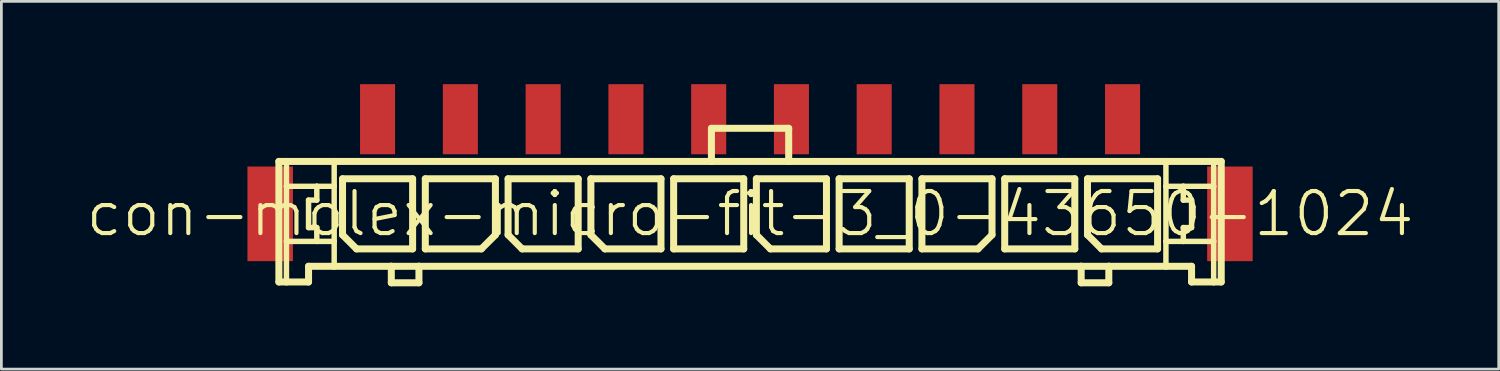
<source format=kicad_pcb>
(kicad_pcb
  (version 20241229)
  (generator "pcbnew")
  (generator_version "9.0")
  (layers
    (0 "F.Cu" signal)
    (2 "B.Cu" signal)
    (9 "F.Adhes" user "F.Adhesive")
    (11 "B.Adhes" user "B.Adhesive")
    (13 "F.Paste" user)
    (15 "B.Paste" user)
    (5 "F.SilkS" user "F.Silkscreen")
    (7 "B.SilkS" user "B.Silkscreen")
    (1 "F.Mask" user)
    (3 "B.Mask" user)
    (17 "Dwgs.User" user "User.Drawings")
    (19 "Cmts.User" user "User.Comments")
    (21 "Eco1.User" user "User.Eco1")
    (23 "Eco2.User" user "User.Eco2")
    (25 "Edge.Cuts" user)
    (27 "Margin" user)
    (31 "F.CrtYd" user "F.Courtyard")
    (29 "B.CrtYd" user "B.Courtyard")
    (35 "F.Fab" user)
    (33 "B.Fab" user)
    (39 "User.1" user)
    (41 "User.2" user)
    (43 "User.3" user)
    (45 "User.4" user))
  (footprint "con-molex-micro-fit-3_0-43650-1024"
    (layer "F.Cu")
    (at 24.13 4.699)
    (property "Reference" "con-molex-micro-fit-3_0-43650-1024" (at 0 0 0) (layer "F.SilkS") (effects (font (size 1.524 1.524) (thickness 0.15))))
    (attr smd)
    (fp_line (start -17.074 -1.9) (end -16.8 -1.9) (stroke (width 0.254) (type solid)) (layer "F.SilkS"))
    (fp_line (start -17.074 2.469) (end -17.074 -1.9) (stroke (width 0.254) (type solid)) (layer "F.SilkS"))
    (fp_line (start -16.8 -1.9) (end -15.07 -1.9) (stroke (width 0.254) (type solid)) (layer "F.SilkS"))
    (fp_line (start -16.8 -0.998) (end -16.8 -1.9) (stroke (width 0.198) (type solid)) (layer "F.SilkS"))
    (fp_line (start -16.8 0.998) (end -16.8 -0.998) (stroke (width 0.198) (type solid)) (layer "F.SilkS"))
    (fp_line (start -16.8 2.469) (end -17.074 2.469) (stroke (width 0.254) (type solid)) (layer "F.SilkS"))
    (fp_line (start -16.8 2.469) (end -16.8 0.998) (stroke (width 0.198) (type solid)) (layer "F.SilkS"))
    (fp_line (start -15.999 -0.498) (end -15.999 0.498) (stroke (width 0.198) (type solid)) (layer "F.SilkS"))
    (fp_line (start -15.999 0.498) (end -15.7 0.498) (stroke (width 0.198) (type solid)) (layer "F.SilkS"))
    (fp_line (start -15.999 1.9) (end -15.999 2.469) (stroke (width 0.254) (type solid)) (layer "F.SilkS"))
    (fp_line (start -15.999 2.469) (end -16.8 2.469) (stroke (width 0.254) (type solid)) (layer "F.SilkS"))
    (fp_line (start -15.7 -0.998) (end -16.8 -0.998) (stroke (width 0.198) (type solid)) (layer "F.SilkS"))
    (fp_line (start -15.7 -0.998) (end -15.7 -0.498) (stroke (width 0.198) (type solid)) (layer "F.SilkS"))
    (fp_line (start -15.7 -0.498) (end -15.999 -0.498) (stroke (width 0.198) (type solid)) (layer "F.SilkS"))
    (fp_line (start -15.7 0.498) (end -15.7 0.998) (stroke (width 0.198) (type solid)) (layer "F.SilkS"))
    (fp_line (start -15.7 0.998) (end -16.8 0.998) (stroke (width 0.198) (type solid)) (layer "F.SilkS"))
    (fp_line (start -15.07 -1.9) (end -1.4 -1.9) (stroke (width 0.254) (type solid)) (layer "F.SilkS"))
    (fp_line (start -15.07 -0.998) (end -15.7 -0.998) (stroke (width 0.198) (type solid)) (layer "F.SilkS"))
    (fp_line (start -15.07 -0.998) (end -15.07 -1.9) (stroke (width 0.198) (type solid)) (layer "F.SilkS"))
    (fp_line (start -15.07 0.998) (end -15.7 0.998) (stroke (width 0.198) (type solid)) (layer "F.SilkS"))
    (fp_line (start -15.07 0.998) (end -15.07 -0.998) (stroke (width 0.198) (type solid)) (layer "F.SilkS"))
    (fp_line (start -15.07 1.9) (end -15.999 1.9) (stroke (width 0.254) (type solid)) (layer "F.SilkS"))
    (fp_line (start -15.07 1.9) (end -15.07 0.998) (stroke (width 0.198) (type solid)) (layer "F.SilkS"))
    (fp_line (start -14.768 -1.27) (end -12.228 -1.27) (stroke (width 0.254) (type solid)) (layer "F.SilkS"))
    (fp_line (start -14.768 0.762) (end -14.768 -1.27) (stroke (width 0.254) (type solid)) (layer "F.SilkS"))
    (fp_line (start -14.26 1.27) (end -14.768 0.762) (stroke (width 0.254) (type solid)) (layer "F.SilkS"))
    (fp_line (start -13 1.9) (end -15.07 1.9) (stroke (width 0.254) (type solid)) (layer "F.SilkS"))
    (fp_line (start -13 1.9) (end -13 2.499) (stroke (width 0.254) (type solid)) (layer "F.SilkS"))
    (fp_line (start -13 2.499) (end -11.999 2.499) (stroke (width 0.254) (type solid)) (layer "F.SilkS"))
    (fp_line (start -12.228 -1.27) (end -12.228 1.27) (stroke (width 0.254) (type solid)) (layer "F.SilkS"))
    (fp_line (start -12.228 1.27) (end -14.26 1.27) (stroke (width 0.254) (type solid)) (layer "F.SilkS"))
    (fp_line (start -11.999 1.9) (end -13 1.9) (stroke (width 0.254) (type solid)) (layer "F.SilkS"))
    (fp_line (start -11.999 2.499) (end -11.999 1.9) (stroke (width 0.254) (type solid)) (layer "F.SilkS"))
    (fp_line (start -11.768 -1.27) (end -11.768 1.27) (stroke (width 0.254) (type solid)) (layer "F.SilkS"))
    (fp_line (start -11.768 1.27) (end -9.736 1.27) (stroke (width 0.254) (type solid)) (layer "F.SilkS"))
    (fp_line (start -9.736 1.27) (end -9.228 0.762) (stroke (width 0.254) (type solid)) (layer "F.SilkS"))
    (fp_line (start -9.228 -1.27) (end -11.768 -1.27) (stroke (width 0.254) (type solid)) (layer "F.SilkS"))
    (fp_line (start -9.228 0.762) (end -9.228 -1.27) (stroke (width 0.254) (type solid)) (layer "F.SilkS"))
    (fp_line (start -8.768 -1.27) (end -6.228 -1.27) (stroke (width 0.254) (type solid)) (layer "F.SilkS"))
    (fp_line (start -8.768 0.762) (end -8.768 -1.27) (stroke (width 0.254) (type solid)) (layer "F.SilkS"))
    (fp_line (start -8.26 1.27) (end -8.768 0.762) (stroke (width 0.254) (type solid)) (layer "F.SilkS"))
    (fp_line (start -6.228 -1.27) (end -6.228 1.27) (stroke (width 0.254) (type solid)) (layer "F.SilkS"))
    (fp_line (start -6.228 1.27) (end -8.26 1.27) (stroke (width 0.254) (type solid)) (layer "F.SilkS"))
    (fp_line (start -5.768 -1.27) (end -3.228 -1.27) (stroke (width 0.254) (type solid)) (layer "F.SilkS"))
    (fp_line (start -5.768 0.762) (end -5.768 -1.27) (stroke (width 0.254) (type solid)) (layer "F.SilkS"))
    (fp_line (start -5.26 1.27) (end -5.768 0.762) (stroke (width 0.254) (type solid)) (layer "F.SilkS"))
    (fp_line (start -3.228 -1.27) (end -3.228 1.27) (stroke (width 0.254) (type solid)) (layer "F.SilkS"))
    (fp_line (start -3.228 1.27) (end -5.26 1.27) (stroke (width 0.254) (type solid)) (layer "F.SilkS"))
    (fp_line (start -2.769 -1.27) (end -0.229 -1.27) (stroke (width 0.254) (type solid)) (layer "F.SilkS"))
    (fp_line (start -2.769 1.27) (end -2.769 -1.27) (stroke (width 0.254) (type solid)) (layer "F.SilkS"))
    (fp_line (start -1.4 -3.099) (end -1.4 -1.9) (stroke (width 0.254) (type solid)) (layer "F.SilkS"))
    (fp_line (start -1.4 -3.099) (end 1.4 -3.099) (stroke (width 0.254) (type solid)) (layer "F.SilkS"))
    (fp_line (start -1.4 -1.9) (end 1.4 -1.9) (stroke (width 0.254) (type solid)) (layer "F.SilkS"))
    (fp_line (start -0.229 -1.27) (end -0.229 1.27) (stroke (width 0.254) (type solid)) (layer "F.SilkS"))
    (fp_line (start -0.229 1.27) (end -2.769 1.27) (stroke (width 0.254) (type solid)) (layer "F.SilkS"))
    (fp_line (start 0.229 -1.27) (end 2.769 -1.27) (stroke (width 0.254) (type solid)) (layer "F.SilkS"))
    (fp_line (start 0.229 0.762) (end 0.229 -1.27) (stroke (width 0.254) (type solid)) (layer "F.SilkS"))
    (fp_line (start 0.737 1.27) (end 0.229 0.762) (stroke (width 0.254) (type solid)) (layer "F.SilkS"))
    (fp_line (start 1.4 -3.099) (end 1.4 -1.9) (stroke (width 0.254) (type solid)) (layer "F.SilkS"))
    (fp_line (start 1.4 -1.9) (end 15.07 -1.9) (stroke (width 0.254) (type solid)) (layer "F.SilkS"))
    (fp_line (start 2.769 -1.27) (end 2.769 1.27) (stroke (width 0.254) (type solid)) (layer "F.SilkS"))
    (fp_line (start 2.769 1.27) (end 0.737 1.27) (stroke (width 0.254) (type solid)) (layer "F.SilkS"))
    (fp_line (start 3.228 -1.27) (end 5.768 -1.27) (stroke (width 0.254) (type solid)) (layer "F.SilkS"))
    (fp_line (start 3.228 1.27) (end 3.228 -1.27) (stroke (width 0.254) (type solid)) (layer "F.SilkS"))
    (fp_line (start 5.768 -1.27) (end 5.768 1.27) (stroke (width 0.254) (type solid)) (layer "F.SilkS"))
    (fp_line (start 5.768 1.27) (end 3.228 1.27) (stroke (width 0.254) (type solid)) (layer "F.SilkS"))
    (fp_line (start 6.228 -1.27) (end 6.228 1.27) (stroke (width 0.254) (type solid)) (layer "F.SilkS"))
    (fp_line (start 6.228 1.27) (end 8.26 1.27) (stroke (width 0.254) (type solid)) (layer "F.SilkS"))
    (fp_line (start 8.26 1.27) (end 8.768 0.762) (stroke (width 0.254) (type solid)) (layer "F.SilkS"))
    (fp_line (start 8.768 -1.27) (end 6.228 -1.27) (stroke (width 0.254) (type solid)) (layer "F.SilkS"))
    (fp_line (start 8.768 0.762) (end 8.768 -1.27) (stroke (width 0.254) (type solid)) (layer "F.SilkS"))
    (fp_line (start 9.228 -1.27) (end 11.768 -1.27) (stroke (width 0.254) (type solid)) (layer "F.SilkS"))
    (fp_line (start 9.228 1.27) (end 9.228 -1.27) (stroke (width 0.254) (type solid)) (layer "F.SilkS"))
    (fp_line (start 11.768 -1.27) (end 11.768 1.27) (stroke (width 0.254) (type solid)) (layer "F.SilkS"))
    (fp_line (start 11.768 1.27) (end 9.228 1.27) (stroke (width 0.254) (type solid)) (layer "F.SilkS"))
    (fp_line (start 11.999 1.9) (end -11.999 1.9) (stroke (width 0.254) (type solid)) (layer "F.SilkS"))
    (fp_line (start 11.999 1.9) (end 11.999 2.499) (stroke (width 0.254) (type solid)) (layer "F.SilkS"))
    (fp_line (start 11.999 2.499) (end 13 2.499) (stroke (width 0.254) (type solid)) (layer "F.SilkS"))
    (fp_line (start 12.228 -1.27) (end 14.768 -1.27) (stroke (width 0.254) (type solid)) (layer "F.SilkS"))
    (fp_line (start 12.228 0.762) (end 12.228 -1.27) (stroke (width 0.254) (type solid)) (layer "F.SilkS"))
    (fp_line (start 12.736 1.27) (end 12.228 0.762) (stroke (width 0.254) (type solid)) (layer "F.SilkS"))
    (fp_line (start 13 1.9) (end 11.999 1.9) (stroke (width 0.254) (type solid)) (layer "F.SilkS"))
    (fp_line (start 13 2.499) (end 13 1.9) (stroke (width 0.254) (type solid)) (layer "F.SilkS"))
    (fp_line (start 14.768 -1.27) (end 14.768 1.27) (stroke (width 0.254) (type solid)) (layer "F.SilkS"))
    (fp_line (start 14.768 1.27) (end 12.736 1.27) (stroke (width 0.254) (type solid)) (layer "F.SilkS"))
    (fp_line (start 15.07 -1.9) (end 15.07 -0.998) (stroke (width 0.198) (type solid)) (layer "F.SilkS"))
    (fp_line (start 15.07 -1.9) (end 16.8 -1.9) (stroke (width 0.254) (type solid)) (layer "F.SilkS"))
    (fp_line (start 15.07 -0.998) (end 15.07 0.998) (stroke (width 0.198) (type solid)) (layer "F.SilkS"))
    (fp_line (start 15.07 -0.998) (end 15.7 -0.998) (stroke (width 0.198) (type solid)) (layer "F.SilkS"))
    (fp_line (start 15.07 0.998) (end 15.07 1.9) (stroke (width 0.198) (type solid)) (layer "F.SilkS"))
    (fp_line (start 15.07 0.998) (end 15.7 0.998) (stroke (width 0.198) (type solid)) (layer "F.SilkS"))
    (fp_line (start 15.07 1.9) (end 13 1.9) (stroke (width 0.254) (type solid)) (layer "F.SilkS"))
    (fp_line (start 15.7 -0.998) (end 15.7 -0.498) (stroke (width 0.198) (type solid)) (layer "F.SilkS"))
    (fp_line (start 15.7 -0.998) (end 16.8 -0.998) (stroke (width 0.198) (type solid)) (layer "F.SilkS"))
    (fp_line (start 15.7 -0.498) (end 15.999 -0.498) (stroke (width 0.198) (type solid)) (layer "F.SilkS"))
    (fp_line (start 15.7 0.498) (end 15.7 0.998) (stroke (width 0.198) (type solid)) (layer "F.SilkS"))
    (fp_line (start 15.7 0.998) (end 16.8 0.998) (stroke (width 0.198) (type solid)) (layer "F.SilkS"))
    (fp_line (start 15.999 -0.498) (end 15.999 0.498) (stroke (width 0.198) (type solid)) (layer "F.SilkS"))
    (fp_line (start 15.999 0.498) (end 15.7 0.498) (stroke (width 0.198) (type solid)) (layer "F.SilkS"))
    (fp_line (start 15.999 1.9) (end 15.07 1.9) (stroke (width 0.254) (type solid)) (layer "F.SilkS"))
    (fp_line (start 15.999 2.469) (end 15.999 1.9) (stroke (width 0.254) (type solid)) (layer "F.SilkS"))
    (fp_line (start 15.999 2.469) (end 16.8 2.469) (stroke (width 0.254) (type solid)) (layer "F.SilkS"))
    (fp_line (start 16.8 -1.9) (end 17.074 -1.9) (stroke (width 0.254) (type solid)) (layer "F.SilkS"))
    (fp_line (start 16.8 -0.998) (end 16.8 -1.9) (stroke (width 0.198) (type solid)) (layer "F.SilkS"))
    (fp_line (start 16.8 0.998) (end 16.8 -0.998) (stroke (width 0.198) (type solid)) (layer "F.SilkS"))
    (fp_line (start 16.8 2.469) (end 16.8 0.998) (stroke (width 0.198) (type solid)) (layer "F.SilkS"))
    (fp_line (start 16.8 2.469) (end 17.074 2.469) (stroke (width 0.254) (type solid)) (layer "F.SilkS"))
    (fp_line (start 17.074 -1.9) (end 17.074 2.469) (stroke (width 0.254) (type solid)) (layer "F.SilkS"))
    (pad "P$1" smd rect (at 13.498 -3.429) (size 1.27 2.54) (layers "F.Cu" "F.Mask" "F.Paste"))
    (pad "P$2" smd rect (at 10.498 -3.429) (size 1.27 2.54) (layers "F.Cu" "F.Mask" "F.Paste"))
    (pad "P$3" smd rect (at 7.498 -3.429) (size 1.27 2.54) (layers "F.Cu" "F.Mask" "F.Paste"))
    (pad "P$4" smd rect (at 4.498 -3.429) (size 1.27 2.54) (layers "F.Cu" "F.Mask" "F.Paste"))
    (pad "P$5" smd rect (at 1.499 -3.429) (size 1.27 2.54) (layers "F.Cu" "F.Mask" "F.Paste"))
    (pad "P$6" smd rect (at -1.499 -3.429) (size 1.27 2.54) (layers "F.Cu" "F.Mask" "F.Paste"))
    (pad "P$7" smd rect (at -4.498 -3.429) (size 1.27 2.54) (layers "F.Cu" "F.Mask" "F.Paste"))
    (pad "P$8" smd rect (at -7.498 -3.429) (size 1.27 2.54) (layers "F.Cu" "F.Mask" "F.Paste"))
    (pad "P$9" smd rect (at -10.498 -3.429) (size 1.27 2.54) (layers "F.Cu" "F.Mask" "F.Paste"))
    (pad "P$10" smd rect (at -13.498 -3.429) (size 1.27 2.54) (layers "F.Cu" "F.Mask" "F.Paste"))
    (pad "TAB1" smd rect (at 17.389 0) (size 1.648 3.429) (layers "F.Cu" "F.Mask" "F.Paste"))
    (pad "TAB2" smd rect (at -17.389 0) (size 1.648 3.429) (layers "F.Cu" "F.Mask" "F.Paste")))
  (gr_rect
    (start -3 -3)
    (end 51.26 10.325)
    (stroke (width 0.1) (type default))
    (fill no)
    (layer "Edge.Cuts")))
</source>
